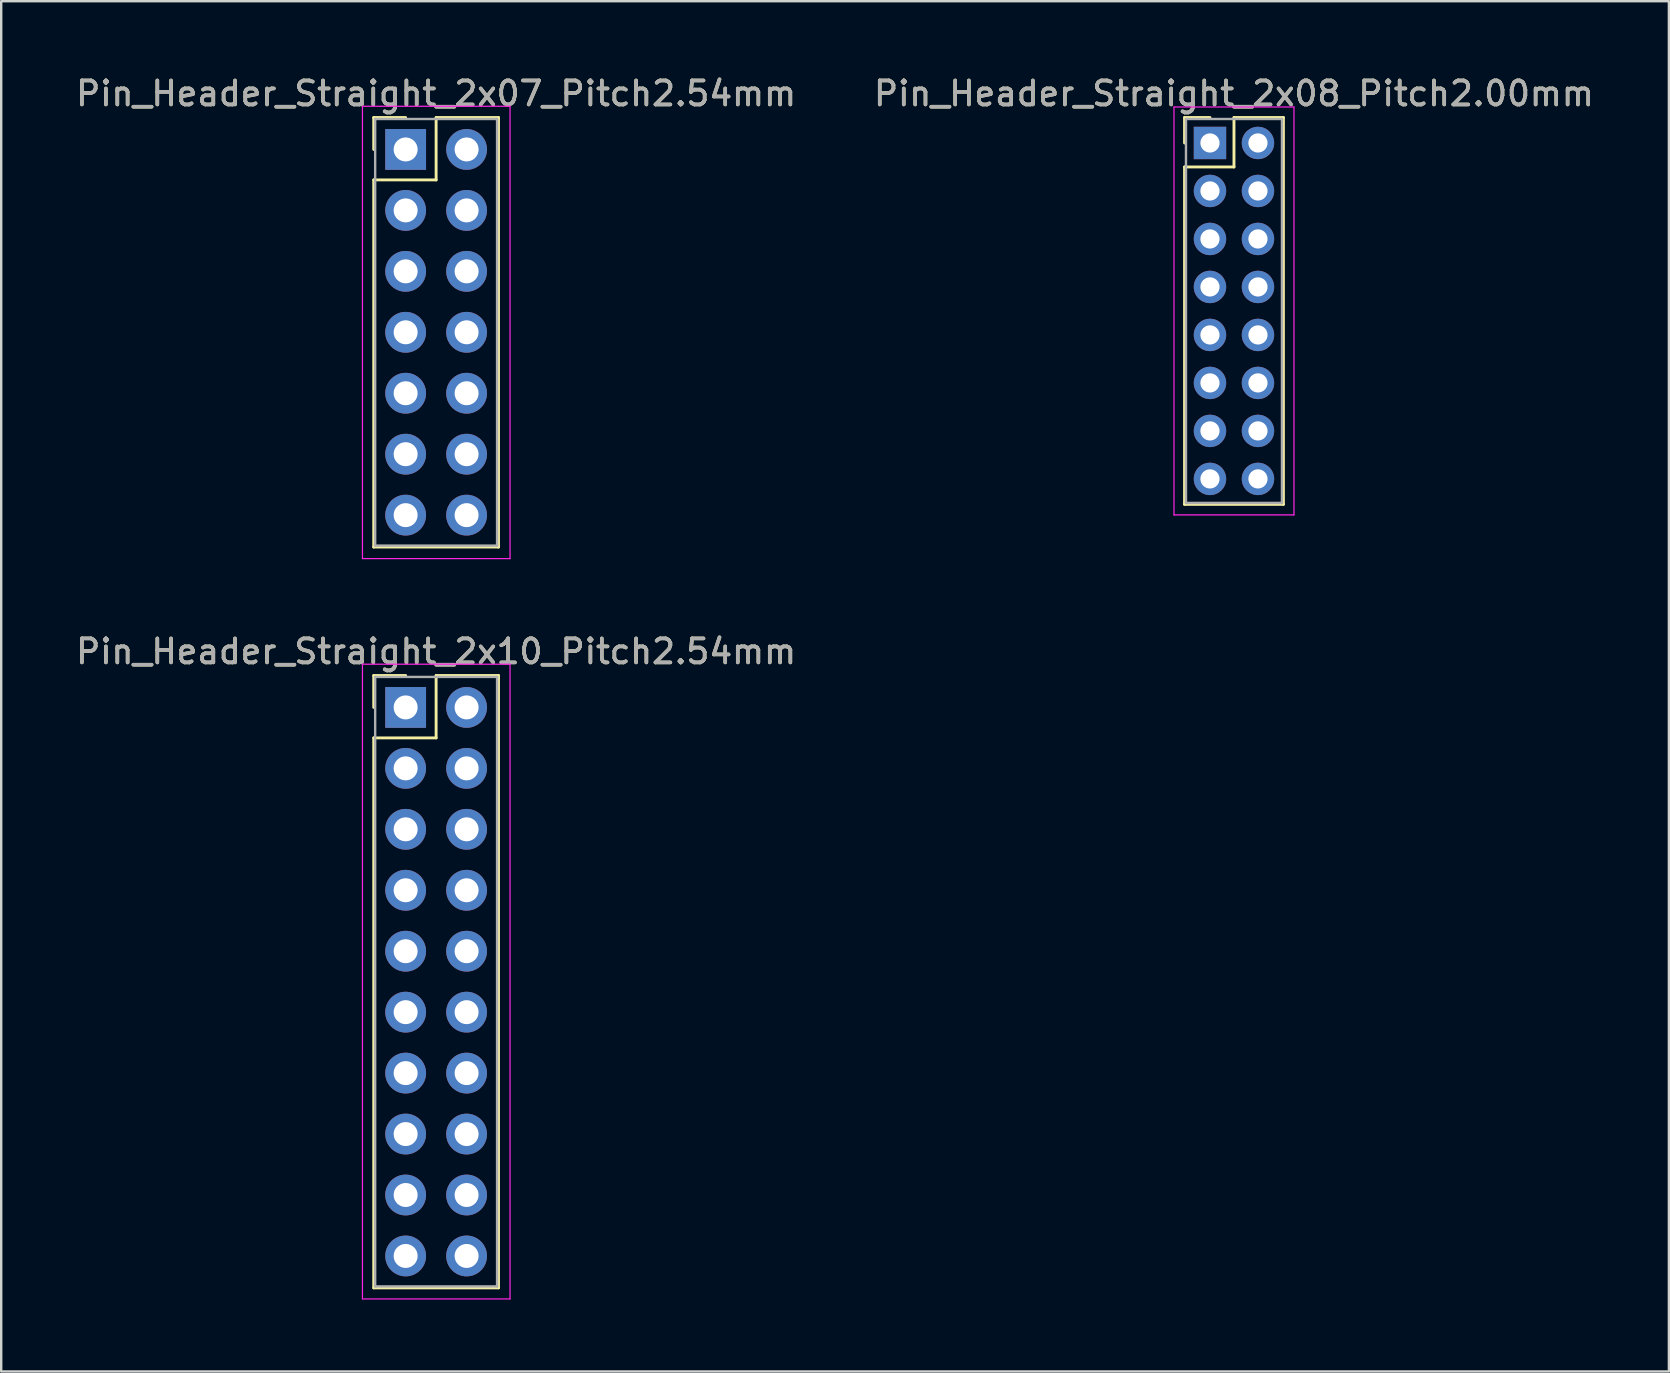
<source format=kicad_pcb>
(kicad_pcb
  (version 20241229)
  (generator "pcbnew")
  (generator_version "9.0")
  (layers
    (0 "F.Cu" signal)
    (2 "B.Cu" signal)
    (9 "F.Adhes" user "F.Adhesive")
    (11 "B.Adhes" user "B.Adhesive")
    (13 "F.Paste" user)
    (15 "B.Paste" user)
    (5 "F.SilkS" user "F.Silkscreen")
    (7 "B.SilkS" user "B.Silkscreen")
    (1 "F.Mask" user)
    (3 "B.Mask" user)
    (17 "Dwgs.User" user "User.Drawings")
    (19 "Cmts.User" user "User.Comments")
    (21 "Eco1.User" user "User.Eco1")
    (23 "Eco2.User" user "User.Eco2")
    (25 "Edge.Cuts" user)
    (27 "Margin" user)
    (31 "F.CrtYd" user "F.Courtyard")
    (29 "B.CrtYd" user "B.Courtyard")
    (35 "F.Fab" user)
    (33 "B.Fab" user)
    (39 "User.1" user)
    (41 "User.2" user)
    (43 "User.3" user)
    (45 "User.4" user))
  (footprint "Pin_Header_Straight_2x07_Pitch2.54mm"
    (layer "F.Cu")
    (at 13.855 3.178)
    (property "Reference" "Pin_Header_Straight_2x07_Pitch2.54mm" (at 1.27 -2.33 0) (layer "F.SilkS") (effects (font (size 1 1) (thickness 0.15))))
    (attr through_hole)
    (fp_line (start -1.33 -1.33) (end 0 -1.33) (stroke (width 0.12) (type solid)) (layer "F.SilkS"))
    (fp_line (start -1.33 0) (end -1.33 -1.33) (stroke (width 0.12) (type solid)) (layer "F.SilkS"))
    (fp_line (start -1.33 1.27) (end -1.33 16.57) (stroke (width 0.12) (type solid)) (layer "F.SilkS"))
    (fp_line (start -1.33 16.57) (end 3.87 16.57) (stroke (width 0.12) (type solid)) (layer "F.SilkS"))
    (fp_line (start 1.27 -1.33) (end 1.27 1.27) (stroke (width 0.12) (type solid)) (layer "F.SilkS"))
    (fp_line (start 1.27 1.27) (end -1.33 1.27) (stroke (width 0.12) (type solid)) (layer "F.SilkS"))
    (fp_line (start 3.87 -1.33) (end 1.27 -1.33) (stroke (width 0.12) (type solid)) (layer "F.SilkS"))
    (fp_line (start 3.87 16.57) (end 3.87 -1.33) (stroke (width 0.12) (type solid)) (layer "F.SilkS"))
    (fp_line (start -1.8 -1.8) (end -1.8 17.05) (stroke (width 0.05) (type solid)) (layer "F.CrtYd"))
    (fp_line (start -1.8 17.05) (end 4.35 17.05) (stroke (width 0.05) (type solid)) (layer "F.CrtYd"))
    (fp_line (start 4.35 -1.8) (end -1.8 -1.8) (stroke (width 0.05) (type solid)) (layer "F.CrtYd"))
    (fp_line (start 4.35 17.05) (end 4.35 -1.8) (stroke (width 0.05) (type solid)) (layer "F.CrtYd"))
    (fp_line (start -1.27 -1.27) (end -1.27 16.51) (stroke (width 0.1) (type solid)) (layer "F.Fab"))
    (fp_line (start -1.27 16.51) (end 3.81 16.51) (stroke (width 0.1) (type solid)) (layer "F.Fab"))
    (fp_line (start 3.81 -1.27) (end -1.27 -1.27) (stroke (width 0.1) (type solid)) (layer "F.Fab"))
    (fp_line (start 3.81 16.51) (end 3.81 -1.27) (stroke (width 0.1) (type solid)) (layer "F.Fab"))
    (fp_text user "${REFERENCE}" (at 1.27 -2.33 0) (layer "F.Fab") (effects (font (size 1 1) (thickness 0.15))))
    (pad "1" thru_hole rect (at 0 0) (size 1.7 1.7) (drill 1) (layers "*.Cu" "*.Mask"))
    (pad "2" thru_hole oval (at 2.54 0) (size 1.7 1.7) (drill 1) (layers "*.Cu" "*.Mask"))
    (pad "3" thru_hole oval (at 0 2.54) (size 1.7 1.7) (drill 1) (layers "*.Cu" "*.Mask"))
    (pad "4" thru_hole oval (at 2.54 2.54) (size 1.7 1.7) (drill 1) (layers "*.Cu" "*.Mask"))
    (pad "5" thru_hole oval (at 0 5.08) (size 1.7 1.7) (drill 1) (layers "*.Cu" "*.Mask"))
    (pad "6" thru_hole oval (at 2.54 5.08) (size 1.7 1.7) (drill 1) (layers "*.Cu" "*.Mask"))
    (pad "7" thru_hole oval (at 0 7.62) (size 1.7 1.7) (drill 1) (layers "*.Cu" "*.Mask"))
    (pad "8" thru_hole oval (at 2.54 7.62) (size 1.7 1.7) (drill 1) (layers "*.Cu" "*.Mask"))
    (pad "9" thru_hole oval (at 0 10.16) (size 1.7 1.7) (drill 1) (layers "*.Cu" "*.Mask"))
    (pad "10" thru_hole oval (at 2.54 10.16) (size 1.7 1.7) (drill 1) (layers "*.Cu" "*.Mask"))
    (pad "11" thru_hole oval (at 0 12.7) (size 1.7 1.7) (drill 1) (layers "*.Cu" "*.Mask"))
    (pad "12" thru_hole oval (at 2.54 12.7) (size 1.7 1.7) (drill 1) (layers "*.Cu" "*.Mask"))
    (pad "13" thru_hole oval (at 0 15.24) (size 1.7 1.7) (drill 1) (layers "*.Cu" "*.Mask"))
    (pad "14" thru_hole oval (at 2.54 15.24) (size 1.7 1.7) (drill 1) (layers "*.Cu" "*.Mask")))
  (footprint "Pin_Header_Straight_2x08_Pitch2.00mm"
    (layer "F.Cu")
    (at 47.375 2.908)
    (property "Reference" "Pin_Header_Straight_2x08_Pitch2.00mm" (at 1 -2.06 0) (layer "F.SilkS") (effects (font (size 1 1) (thickness 0.15))))
    (attr through_hole)
    (fp_line (start -1.06 -1.06) (end 0 -1.06) (stroke (width 0.12) (type solid)) (layer "F.SilkS"))
    (fp_line (start -1.06 0) (end -1.06 -1.06) (stroke (width 0.12) (type solid)) (layer "F.SilkS"))
    (fp_line (start -1.06 1) (end -1.06 15.06) (stroke (width 0.12) (type solid)) (layer "F.SilkS"))
    (fp_line (start -1.06 15.06) (end 3.06 15.06) (stroke (width 0.12) (type solid)) (layer "F.SilkS"))
    (fp_line (start 1 -1.06) (end 1 1) (stroke (width 0.12) (type solid)) (layer "F.SilkS"))
    (fp_line (start 1 1) (end -1.06 1) (stroke (width 0.12) (type solid)) (layer "F.SilkS"))
    (fp_line (start 3.06 -1.06) (end 1 -1.06) (stroke (width 0.12) (type solid)) (layer "F.SilkS"))
    (fp_line (start 3.06 15.06) (end 3.06 -1.06) (stroke (width 0.12) (type solid)) (layer "F.SilkS"))
    (fp_line (start -1.5 -1.5) (end -1.5 15.5) (stroke (width 0.05) (type solid)) (layer "F.CrtYd"))
    (fp_line (start -1.5 15.5) (end 3.5 15.5) (stroke (width 0.05) (type solid)) (layer "F.CrtYd"))
    (fp_line (start 3.5 -1.5) (end -1.5 -1.5) (stroke (width 0.05) (type solid)) (layer "F.CrtYd"))
    (fp_line (start 3.5 15.5) (end 3.5 -1.5) (stroke (width 0.05) (type solid)) (layer "F.CrtYd"))
    (fp_line (start -1 -1) (end -1 15) (stroke (width 0.1) (type solid)) (layer "F.Fab"))
    (fp_line (start -1 15) (end 3 15) (stroke (width 0.1) (type solid)) (layer "F.Fab"))
    (fp_line (start 3 -1) (end -1 -1) (stroke (width 0.1) (type solid)) (layer "F.Fab"))
    (fp_line (start 3 15) (end 3 -1) (stroke (width 0.1) (type solid)) (layer "F.Fab"))
    (fp_text user "${REFERENCE}" (at 1 -2.06 0) (layer "F.Fab") (effects (font (size 1 1) (thickness 0.15))))
    (pad "1" thru_hole rect (at 0 0) (size 1.35 1.35) (drill 0.8) (layers "*.Cu" "*.Mask"))
    (pad "2" thru_hole oval (at 2 0) (size 1.35 1.35) (drill 0.8) (layers "*.Cu" "*.Mask"))
    (pad "3" thru_hole oval (at 0 2) (size 1.35 1.35) (drill 0.8) (layers "*.Cu" "*.Mask"))
    (pad "4" thru_hole oval (at 2 2) (size 1.35 1.35) (drill 0.8) (layers "*.Cu" "*.Mask"))
    (pad "5" thru_hole oval (at 0 4) (size 1.35 1.35) (drill 0.8) (layers "*.Cu" "*.Mask"))
    (pad "6" thru_hole oval (at 2 4) (size 1.35 1.35) (drill 0.8) (layers "*.Cu" "*.Mask"))
    (pad "7" thru_hole oval (at 0 6) (size 1.35 1.35) (drill 0.8) (layers "*.Cu" "*.Mask"))
    (pad "8" thru_hole oval (at 2 6) (size 1.35 1.35) (drill 0.8) (layers "*.Cu" "*.Mask"))
    (pad "9" thru_hole oval (at 0 8) (size 1.35 1.35) (drill 0.8) (layers "*.Cu" "*.Mask"))
    (pad "10" thru_hole oval (at 2 8) (size 1.35 1.35) (drill 0.8) (layers "*.Cu" "*.Mask"))
    (pad "11" thru_hole oval (at 0 10) (size 1.35 1.35) (drill 0.8) (layers "*.Cu" "*.Mask"))
    (pad "12" thru_hole oval (at 2 10) (size 1.35 1.35) (drill 0.8) (layers "*.Cu" "*.Mask"))
    (pad "13" thru_hole oval (at 0 12) (size 1.35 1.35) (drill 0.8) (layers "*.Cu" "*.Mask"))
    (pad "14" thru_hole oval (at 2 12) (size 1.35 1.35) (drill 0.8) (layers "*.Cu" "*.Mask"))
    (pad "15" thru_hole oval (at 0 14) (size 1.35 1.35) (drill 0.8) (layers "*.Cu" "*.Mask"))
    (pad "16" thru_hole oval (at 2 14) (size 1.35 1.35) (drill 0.8) (layers "*.Cu" "*.Mask")))
  (footprint "Pin_Header_Straight_2x10_Pitch2.54mm"
    (layer "F.Cu")
    (at 13.855 26.431)
    (property "Reference" "Pin_Header_Straight_2x10_Pitch2.54mm" (at 1.27 -2.33 0) (layer "F.SilkS") (effects (font (size 1 1) (thickness 0.15))))
    (attr through_hole)
    (fp_line (start -1.33 -1.33) (end 0 -1.33) (stroke (width 0.12) (type solid)) (layer "F.SilkS"))
    (fp_line (start -1.33 0) (end -1.33 -1.33) (stroke (width 0.12) (type solid)) (layer "F.SilkS"))
    (fp_line (start -1.33 1.27) (end -1.33 24.19) (stroke (width 0.12) (type solid)) (layer "F.SilkS"))
    (fp_line (start -1.33 24.19) (end 3.87 24.19) (stroke (width 0.12) (type solid)) (layer "F.SilkS"))
    (fp_line (start 1.27 -1.33) (end 1.27 1.27) (stroke (width 0.12) (type solid)) (layer "F.SilkS"))
    (fp_line (start 1.27 1.27) (end -1.33 1.27) (stroke (width 0.12) (type solid)) (layer "F.SilkS"))
    (fp_line (start 3.87 -1.33) (end 1.27 -1.33) (stroke (width 0.12) (type solid)) (layer "F.SilkS"))
    (fp_line (start 3.87 24.19) (end 3.87 -1.33) (stroke (width 0.12) (type solid)) (layer "F.SilkS"))
    (fp_line (start -1.8 -1.8) (end -1.8 24.65) (stroke (width 0.05) (type solid)) (layer "F.CrtYd"))
    (fp_line (start -1.8 24.65) (end 4.35 24.65) (stroke (width 0.05) (type solid)) (layer "F.CrtYd"))
    (fp_line (start 4.35 -1.8) (end -1.8 -1.8) (stroke (width 0.05) (type solid)) (layer "F.CrtYd"))
    (fp_line (start 4.35 24.65) (end 4.35 -1.8) (stroke (width 0.05) (type solid)) (layer "F.CrtYd"))
    (fp_line (start -1.27 -1.27) (end -1.27 24.13) (stroke (width 0.1) (type solid)) (layer "F.Fab"))
    (fp_line (start -1.27 24.13) (end 3.81 24.13) (stroke (width 0.1) (type solid)) (layer "F.Fab"))
    (fp_line (start 3.81 -1.27) (end -1.27 -1.27) (stroke (width 0.1) (type solid)) (layer "F.Fab"))
    (fp_line (start 3.81 24.13) (end 3.81 -1.27) (stroke (width 0.1) (type solid)) (layer "F.Fab"))
    (fp_text user "${REFERENCE}" (at 1.27 -2.33 0) (layer "F.Fab") (effects (font (size 1 1) (thickness 0.15))))
    (pad "1" thru_hole rect (at 0 0) (size 1.7 1.7) (drill 1) (layers "*.Cu" "*.Mask"))
    (pad "2" thru_hole oval (at 2.54 0) (size 1.7 1.7) (drill 1) (layers "*.Cu" "*.Mask"))
    (pad "3" thru_hole oval (at 0 2.54) (size 1.7 1.7) (drill 1) (layers "*.Cu" "*.Mask"))
    (pad "4" thru_hole oval (at 2.54 2.54) (size 1.7 1.7) (drill 1) (layers "*.Cu" "*.Mask"))
    (pad "5" thru_hole oval (at 0 5.08) (size 1.7 1.7) (drill 1) (layers "*.Cu" "*.Mask"))
    (pad "6" thru_hole oval (at 2.54 5.08) (size 1.7 1.7) (drill 1) (layers "*.Cu" "*.Mask"))
    (pad "7" thru_hole oval (at 0 7.62) (size 1.7 1.7) (drill 1) (layers "*.Cu" "*.Mask"))
    (pad "8" thru_hole oval (at 2.54 7.62) (size 1.7 1.7) (drill 1) (layers "*.Cu" "*.Mask"))
    (pad "9" thru_hole oval (at 0 10.16) (size 1.7 1.7) (drill 1) (layers "*.Cu" "*.Mask"))
    (pad "10" thru_hole oval (at 2.54 10.16) (size 1.7 1.7) (drill 1) (layers "*.Cu" "*.Mask"))
    (pad "11" thru_hole oval (at 0 12.7) (size 1.7 1.7) (drill 1) (layers "*.Cu" "*.Mask"))
    (pad "12" thru_hole oval (at 2.54 12.7) (size 1.7 1.7) (drill 1) (layers "*.Cu" "*.Mask"))
    (pad "13" thru_hole oval (at 0 15.24) (size 1.7 1.7) (drill 1) (layers "*.Cu" "*.Mask"))
    (pad "14" thru_hole oval (at 2.54 15.24) (size 1.7 1.7) (drill 1) (layers "*.Cu" "*.Mask"))
    (pad "15" thru_hole oval (at 0 17.78) (size 1.7 1.7) (drill 1) (layers "*.Cu" "*.Mask"))
    (pad "16" thru_hole oval (at 2.54 17.78) (size 1.7 1.7) (drill 1) (layers "*.Cu" "*.Mask"))
    (pad "17" thru_hole oval (at 0 20.32) (size 1.7 1.7) (drill 1) (layers "*.Cu" "*.Mask"))
    (pad "18" thru_hole oval (at 2.54 20.32) (size 1.7 1.7) (drill 1) (layers "*.Cu" "*.Mask"))
    (pad "19" thru_hole oval (at 0 22.86) (size 1.7 1.7) (drill 1) (layers "*.Cu" "*.Mask"))
    (pad "20" thru_hole oval (at 2.54 22.86) (size 1.7 1.7) (drill 1) (layers "*.Cu" "*.Mask")))
  (gr_rect
    (start -3 -3)
    (end 66.5 54.106)
    (stroke (width 0.1) (type default))
    (fill no)
    (layer "Edge.Cuts")))
</source>
